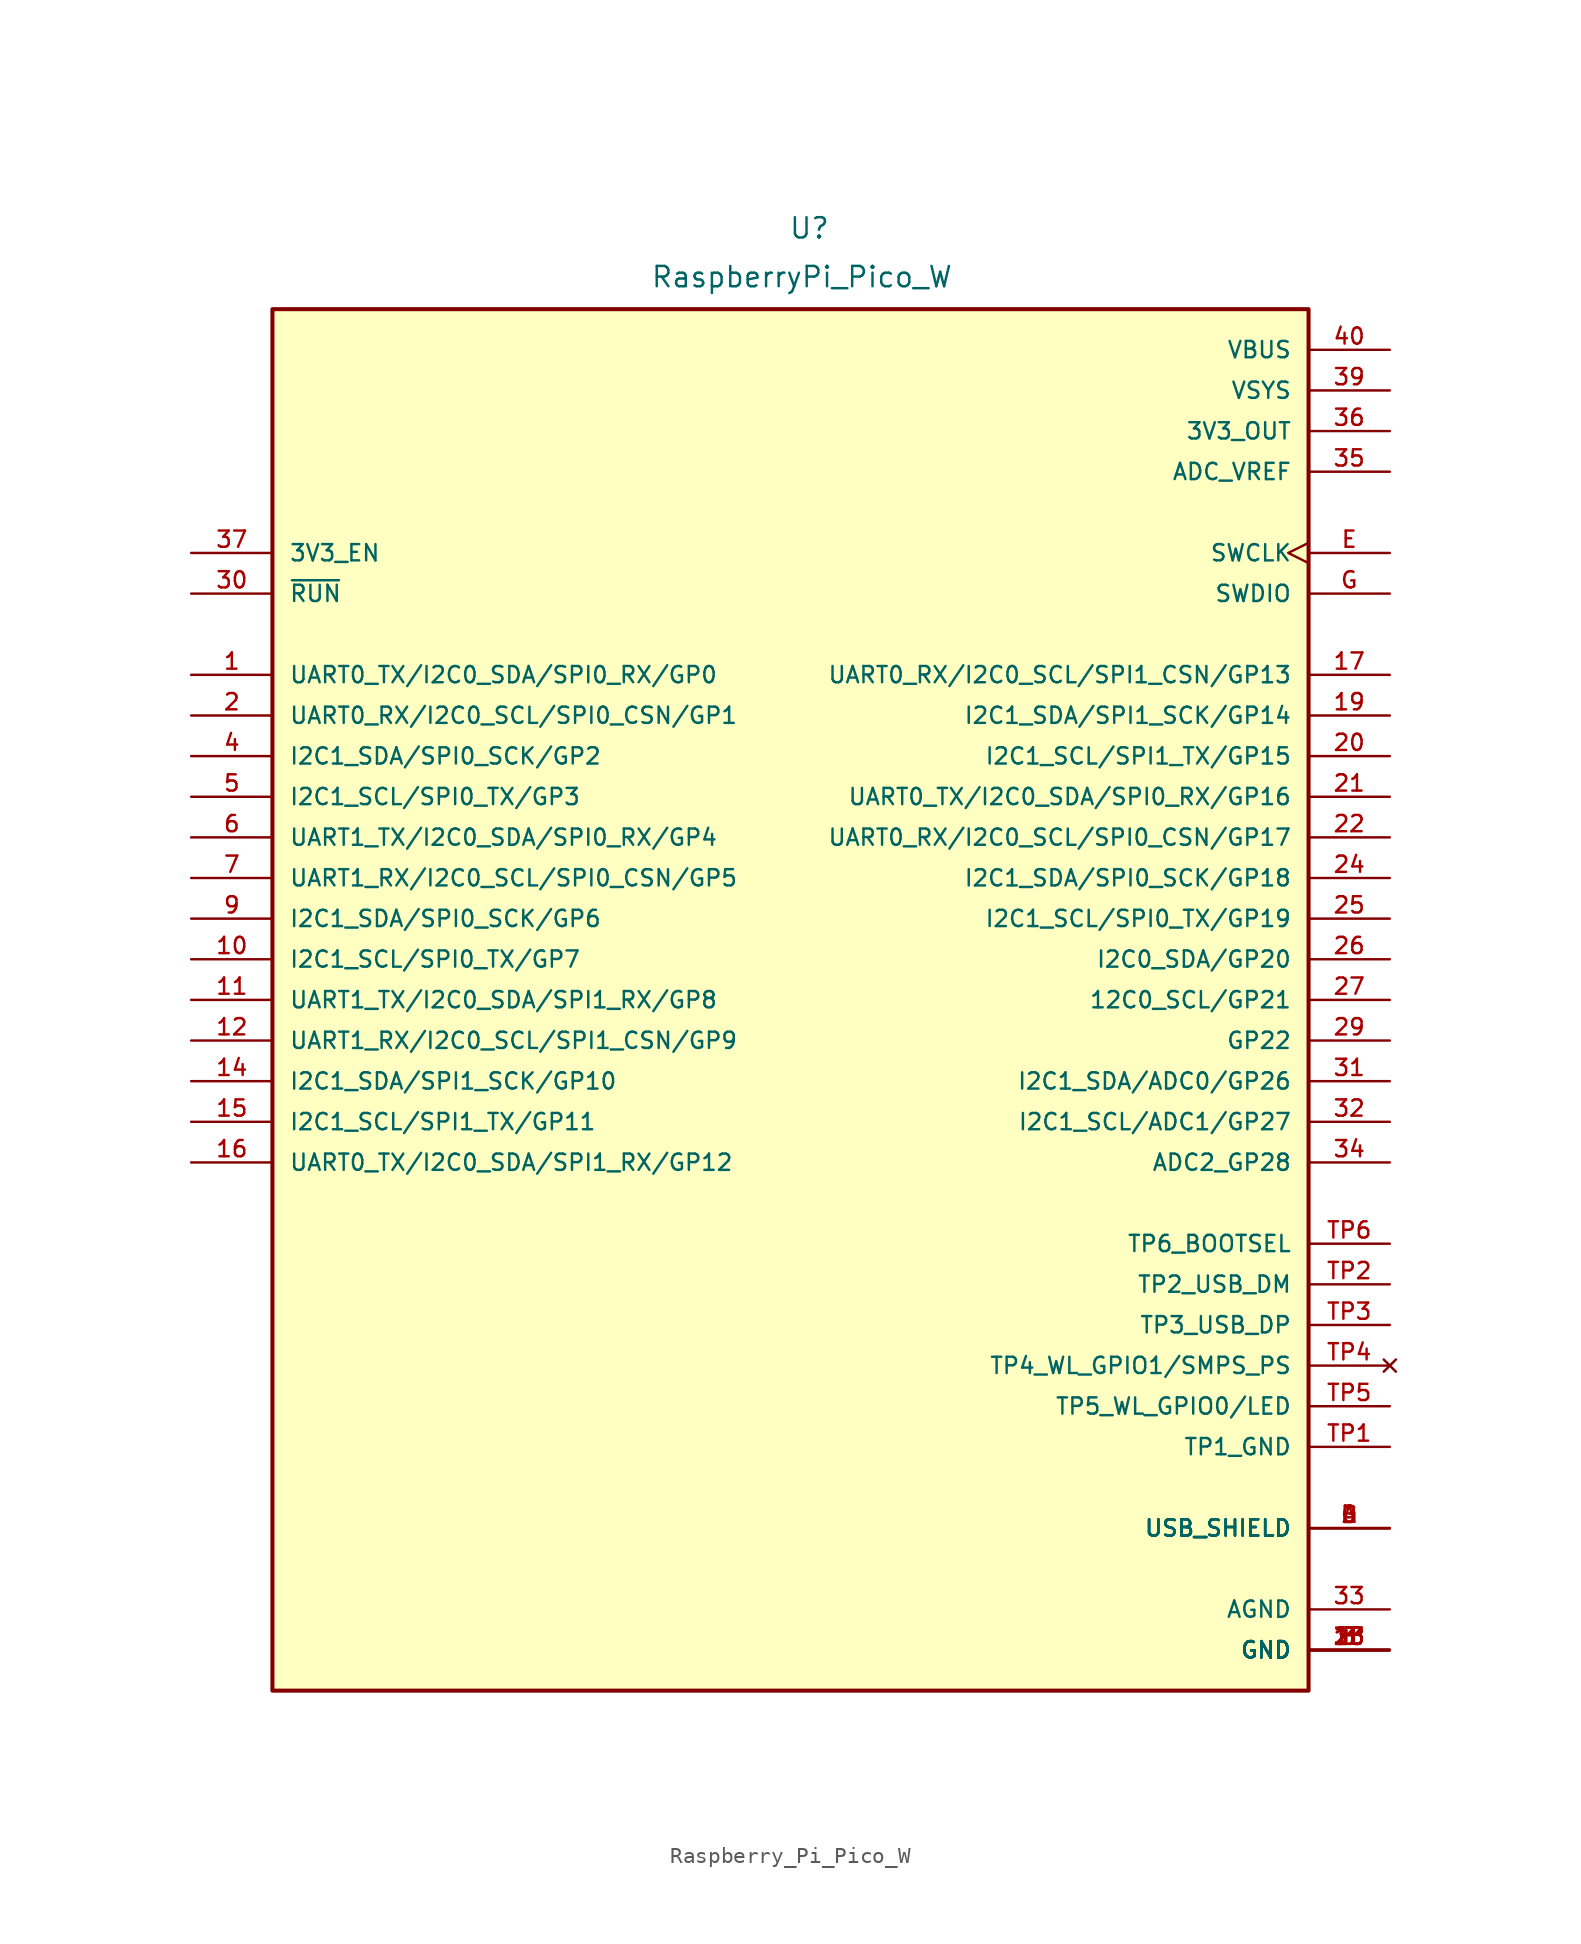
<source format=kicad_sym>
(kicad_symbol_lib
  (version 20241209)
  (generator "kicad_symbol_editor")
  (generator_version "9.0")
  (symbol "Raspberry_Pi_Pico_W"
    (pin_names
      (offset 1.016))
    (property "Reference" "U"
      (at -0.762 47.498 0)
      (effects (font (size 1.27 1.27)) (justify left bottom)))
    (property "Value" "RaspberryPi_Pico_W"
      (at -9.398 44.45 0)
      (effects (font (size 1.27 1.27)) (justify left bottom)))
    (symbol "Raspberry_Pi_Pico_W_0_0"
      (rectangle (start -33.02 43.18) (end 31.75 -43.18) (stroke (width 0.254) (type default)) (fill (type background)))
      (pin input line (at -38.1 27.94 0) (length 5.08) (name "3V3_EN" (effects (font (size 1.016 1.016)))) (number "37" (effects (font (size 1.016 1.016)))))
      (pin input line (at -38.1 25.4 0) (length 5.08) (name "~{RUN}" (effects (font (size 1.016 1.016)))) (number "30" (effects (font (size 1.016 1.016)))))
      (pin bidirectional line (at -38.1 20.32 0) (length 5.08) (name "UART0_TX/I2C0_SDA/SPI0_RX/GP0" (effects (font (size 1.016 1.016)))) (number "1" (effects (font (size 1.016 1.016)))))
      (pin bidirectional line (at -38.1 17.78 0) (length 5.08) (name "UART0_RX/I2C0_SCL/SPI0_CSN/GP1" (effects (font (size 1.016 1.016)))) (number "2" (effects (font (size 1.016 1.016)))))
      (pin bidirectional line (at -38.1 15.24 0) (length 5.08) (name "I2C1_SDA/SPI0_SCK/GP2" (effects (font (size 1.016 1.016)))) (number "4" (effects (font (size 1.016 1.016)))))
      (pin bidirectional line (at -38.1 12.7 0) (length 5.08) (name "I2C1_SCL/SPI0_TX/GP3" (effects (font (size 1.016 1.016)))) (number "5" (effects (font (size 1.016 1.016)))))
      (pin bidirectional line (at -38.1 10.16 0) (length 5.08) (name "UART1_TX/I2C0_SDA/SPI0_RX/GP4" (effects (font (size 1.016 1.016)))) (number "6" (effects (font (size 1.016 1.016)))))
      (pin bidirectional line (at -38.1 7.62 0) (length 5.08) (name "UART1_RX/I2C0_SCL/SPI0_CSN/GP5" (effects (font (size 1.016 1.016)))) (number "7" (effects (font (size 1.016 1.016)))))
      (pin bidirectional line (at -38.1 5.08 0) (length 5.08) (name "I2C1_SDA/SPI0_SCK/GP6" (effects (font (size 1.016 1.016)))) (number "9" (effects (font (size 1.016 1.016)))))
      (pin bidirectional line (at -38.1 2.54 0) (length 5.08) (name "I2C1_SCL/SPI0_TX/GP7" (effects (font (size 1.016 1.016)))) (number "10" (effects (font (size 1.016 1.016)))))
      (pin bidirectional line (at -38.1 0 0) (length 5.08) (name "UART1_TX/I2C0_SDA/SPI1_RX/GP8" (effects (font (size 1.016 1.016)))) (number "11" (effects (font (size 1.016 1.016)))))
      (pin bidirectional line (at -38.1 -2.54 0) (length 5.08) (name "UART1_RX/I2C0_SCL/SPI1_CSN/GP9" (effects (font (size 1.016 1.016)))) (number "12" (effects (font (size 1.016 1.016)))))
      (pin bidirectional line (at -38.1 -5.08 0) (length 5.08) (name "I2C1_SDA/SPI1_SCK/GP10" (effects (font (size 1.016 1.016)))) (number "14" (effects (font (size 1.016 1.016)))))
      (pin bidirectional line (at -38.1 -7.62 0) (length 5.08) (name "I2C1_SCL/SPI1_TX/GP11" (effects (font (size 1.016 1.016)))) (number "15" (effects (font (size 1.016 1.016)))))
      (pin bidirectional line (at -38.1 -10.16 0) (length 5.08) (name "UART0_TX/I2C0_SDA/SPI1_RX/GP12" (effects (font (size 1.016 1.016)))) (number "16" (effects (font (size 1.016 1.016)))))
      (pin power_in line (at 36.83 40.64 180) (length 5.08) (name "VBUS" (effects (font (size 1.016 1.016)))) (number "40" (effects (font (size 1.016 1.016)))))
      (pin power_in line (at 36.83 38.1 180) (length 5.08) (name "VSYS" (effects (font (size 1.016 1.016)))) (number "39" (effects (font (size 1.016 1.016)))))
      (pin power_in line (at 36.83 35.56 180) (length 5.08) (name "3V3_OUT" (effects (font (size 1.016 1.016)))) (number "36" (effects (font (size 1.016 1.016)))))
      (pin power_in line (at 36.83 33.02 180) (length 5.08) (name "ADC_VREF" (effects (font (size 1.016 1.016)))) (number "35" (effects (font (size 1.016 1.016)))))
      (pin input clock (at 36.83 27.94 180) (length 5.08) (name "SWCLK" (effects (font (size 1.016 1.016)))) (number "E" (effects (font (size 1.016 1.016)))))
      (pin bidirectional line (at 36.83 25.4 180) (length 5.08) (name "SWDIO" (effects (font (size 1.016 1.016)))) (number "G" (effects (font (size 1.016 1.016)))))
      (pin bidirectional line (at 36.83 20.32 180) (length 5.08) (name "UART0_RX/I2C0_SCL/SPI1_CSN/GP13" (effects (font (size 1.016 1.016)))) (number "17" (effects (font (size 1.016 1.016)))))
      (pin bidirectional line (at 36.83 17.78 180) (length 5.08) (name "I2C1_SDA/SPI1_SCK/GP14" (effects (font (size 1.016 1.016)))) (number "19" (effects (font (size 1.016 1.016)))))
      (pin bidirectional line (at 36.83 15.24 180) (length 5.08) (name "I2C1_SCL/SPI1_TX/GP15" (effects (font (size 1.016 1.016)))) (number "20" (effects (font (size 1.016 1.016)))))
      (pin bidirectional line (at 36.83 12.7 180) (length 5.08) (name "UART0_TX/I2C0_SDA/SPI0_RX/GP16" (effects (font (size 1.016 1.016)))) (number "21" (effects (font (size 1.016 1.016)))))
      (pin bidirectional line (at 36.83 10.16 180) (length 5.08) (name "UART0_RX/I2C0_SCL/SPI0_CSN/GP17" (effects (font (size 1.016 1.016)))) (number "22" (effects (font (size 1.016 1.016)))))
      (pin bidirectional line (at 36.83 7.62 180) (length 5.08) (name "I2C1_SDA/SPI0_SCK/GP18" (effects (font (size 1.016 1.016)))) (number "24" (effects (font (size 1.016 1.016)))))
      (pin bidirectional line (at 36.83 5.08 180) (length 5.08) (name "I2C1_SCL/SPI0_TX/GP19" (effects (font (size 1.016 1.016)))) (number "25" (effects (font (size 1.016 1.016)))))
      (pin bidirectional line (at 36.83 2.54 180) (length 5.08) (name "I2C0_SDA/GP20" (effects (font (size 1.016 1.016)))) (number "26" (effects (font (size 1.016 1.016)))))
      (pin bidirectional line (at 36.83 0 180) (length 5.08) (name "12C0_SCL/GP21" (effects (font (size 1.016 1.016)))) (number "27" (effects (font (size 1.016 1.016)))))
      (pin bidirectional line (at 36.83 -2.54 180) (length 5.08) (name "GP22" (effects (font (size 1.016 1.016)))) (number "29" (effects (font (size 1.016 1.016)))))
      (pin bidirectional line (at 36.83 -5.08 180) (length 5.08) (name "I2C1_SDA/ADC0/GP26" (effects (font (size 1.016 1.016)))) (number "31" (effects (font (size 1.016 1.016)))))
      (pin bidirectional line (at 36.83 -7.62 180) (length 5.08) (name "I2C1_SCL/ADC1/GP27" (effects (font (size 1.016 1.016)))) (number "32" (effects (font (size 1.016 1.016)))))
      (pin bidirectional line (at 36.83 -10.16 180) (length 5.08) (name "ADC2_GP28" (effects (font (size 1.016 1.016)))) (number "34" (effects (font (size 1.016 1.016)))))
      (pin input line (at 36.83 -15.24 180) (length 5.08) (name "TP6_BOOTSEL" (effects (font (size 1.016 1.016)))) (number "TP6" (effects (font (size 1.016 1.016)))))
      (pin bidirectional line (at 36.83 -17.78 180) (length 5.08) (name "TP2_USB_DM" (effects (font (size 1.016 1.016)))) (number "TP2" (effects (font (size 1.016 1.016)))))
      (pin bidirectional line (at 36.83 -20.32 180) (length 5.08) (name "TP3_USB_DP" (effects (font (size 1.016 1.016)))) (number "TP3" (effects (font (size 1.016 1.016)))))
      (pin no_connect line (at 36.83 -22.86 180) (length 5.08) (name "TP4_WL_GPIO1/SMPS_PS" (effects (font (size 1.016 1.016)))) (number "TP4" (effects (font (size 1.016 1.016)))))
      (pin bidirectional line (at 36.83 -25.4 180) (length 5.08) (name "TP5_WL_GPIO0/LED" (effects (font (size 1.016 1.016)))) (number "TP5" (effects (font (size 1.016 1.016)))))
      (pin power_in line (at 36.83 -27.94 180) (length 5.08) (name "TP1_GND" (effects (font (size 1.016 1.016)))) (number "TP1" (effects (font (size 1.016 1.016)))))
      (pin power_in line (at 36.83 -33.02 180) (length 5.08) (name "USB_SHIELD" (effects (font (size 1.016 1.016)))) (number "A" (effects (font (size 1.016 1.016)))))
      (pin power_in line (at 36.83 -33.02 180) (length 5.08) (name "USB_SHIELD" (effects (font (size 1.016 1.016)))) (number "B" (effects (font (size 1.016 1.016)))))
      (pin power_in line (at 36.83 -33.02 180) (length 5.08) (name "USB_SHIELD" (effects (font (size 1.016 1.016)))) (number "C" (effects (font (size 1.016 1.016)))))
      (pin power_in line (at 36.83 -33.02 180) (length 5.08) (name "USB_SHIELD" (effects (font (size 1.016 1.016)))) (number "D" (effects (font (size 1.016 1.016)))))
      (pin power_in line (at 36.83 -38.1 180) (length 5.08) (name "AGND" (effects (font (size 1.016 1.016)))) (number "33" (effects (font (size 1.016 1.016)))))
      (pin power_in line (at 36.83 -40.64 180) (length 5.08) (name "GND" (effects (font (size 1.016 1.016)))) (number "13" (effects (font (size 1.016 1.016)))))
      (pin power_in line (at 36.83 -40.64 180) (length 5.08) (name "GND" (effects (font (size 1.016 1.016)))) (number "18" (effects (font (size 1.016 1.016)))))
      (pin power_in line (at 36.83 -40.64 180) (length 5.08) (name "GND" (effects (font (size 1.016 1.016)))) (number "23" (effects (font (size 1.016 1.016)))))
      (pin power_in line (at 36.83 -40.64 180) (length 5.08) (name "GND" (effects (font (size 1.016 1.016)))) (number "28" (effects (font (size 1.016 1.016)))))
      (pin power_in line (at 36.83 -40.64 180) (length 5.08) (name "GND" (effects (font (size 1.016 1.016)))) (number "3" (effects (font (size 1.016 1.016)))))
      (pin power_in line (at 36.83 -40.64 180) (length 5.08) (name "GND" (effects (font (size 1.016 1.016)))) (number "38" (effects (font (size 1.016 1.016)))))
      (pin power_in line (at 36.83 -40.64 180) (length 5.08) (name "GND" (effects (font (size 1.016 1.016)))) (number "8" (effects (font (size 1.016 1.016)))))
      (pin power_in line (at 36.83 -40.64 180) (length 5.08) (name "GND" (effects (font (size 1.016 1.016)))) (number "F" (effects (font (size 1.016 1.016))))))))
</source>
